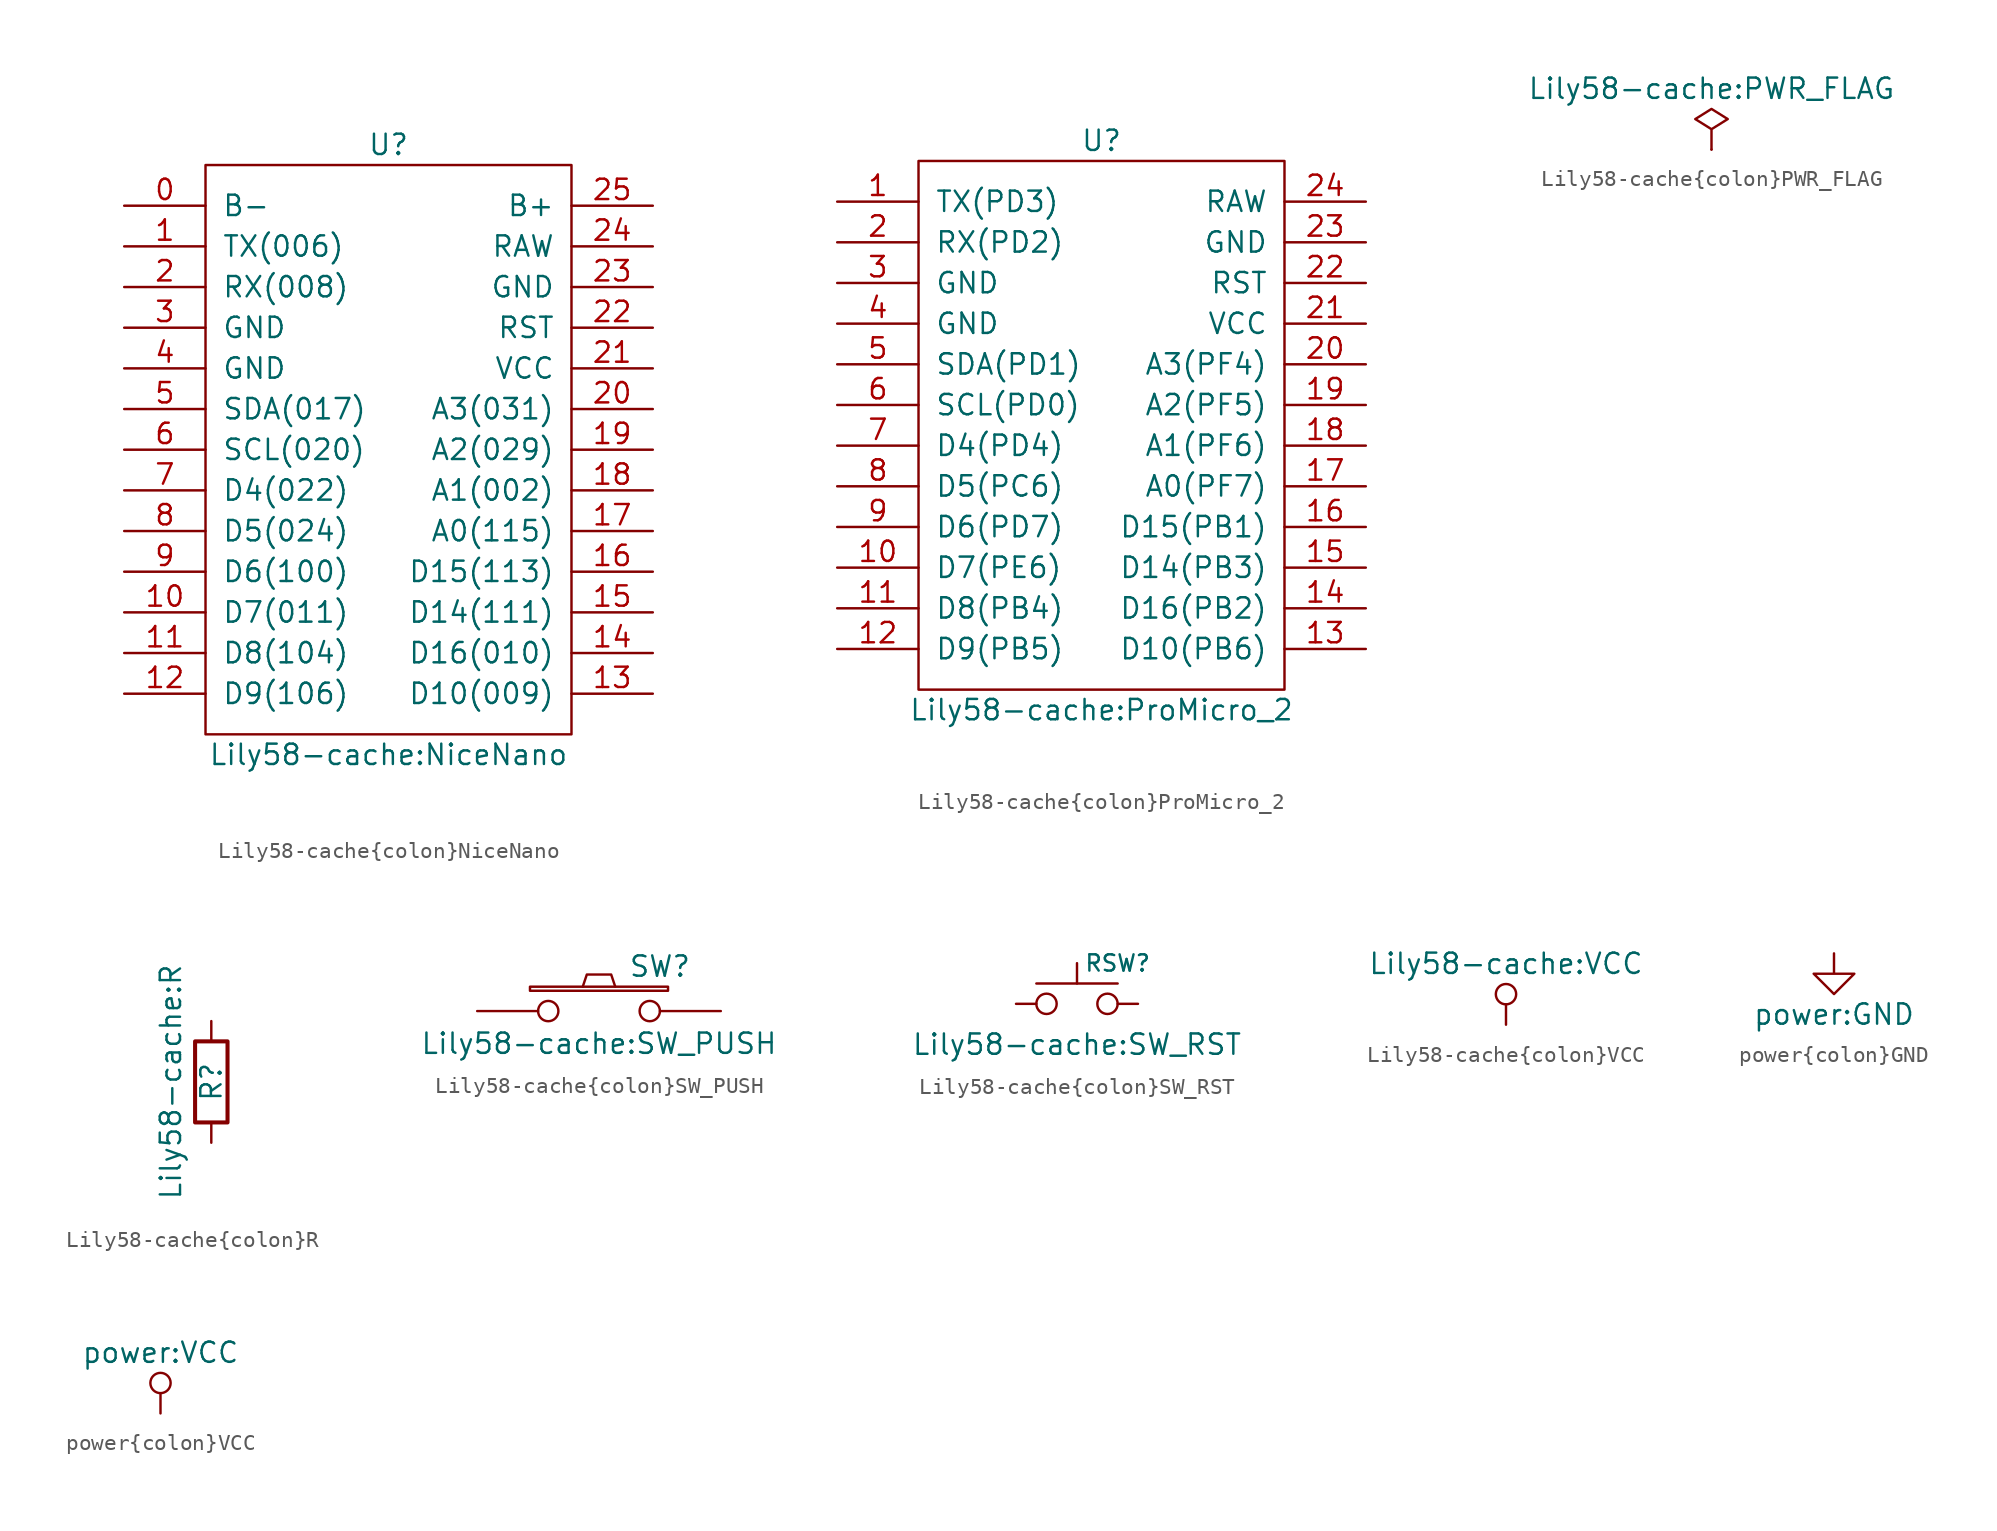
<source format=kicad_sym>
(kicad_symbol_lib
  (version 20220914)
  (generator kicad_symbol_editor)
  (symbol "Lily58-cache{colon}NiceNano"
    (pin_names
      (offset 1.016))
    (property "Reference" "U"
      (at 0 20.32 0)
      (effects (font (size 1.27 1.27))))
    (property "Value" "Lily58-cache:NiceNano"
      (at 0 -17.78 0)
      (effects (font (size 1.27 1.27))))
    (symbol "Lily58-cache{colon}NiceNano_0_1"
      (rectangle (start -11.43 19.05) (end 11.43 -16.51) (stroke (width 0) (type solid)) (fill (type none))))
    (symbol "Lily58-cache{colon}NiceNano_1_1"
      (pin input line (at -16.51 16.51 0) (length 5.08) (name "B-" (effects (font (size 1.27 1.27)))) (number "0" (effects (font (size 1.27 1.27)))))
      (pin input line (at -16.51 13.97 0) (length 5.08) (name "TX(006)" (effects (font (size 1.27 1.27)))) (number "1" (effects (font (size 1.27 1.27)))))
      (pin input line (at -16.51 -8.89 0) (length 5.08) (name "D7(011)" (effects (font (size 1.27 1.27)))) (number "10" (effects (font (size 1.27 1.27)))))
      (pin input line (at -16.51 -11.43 0) (length 5.08) (name "D8(104)" (effects (font (size 1.27 1.27)))) (number "11" (effects (font (size 1.27 1.27)))))
      (pin input line (at -16.51 -13.97 0) (length 5.08) (name "D9(106)" (effects (font (size 1.27 1.27)))) (number "12" (effects (font (size 1.27 1.27)))))
      (pin input line (at 16.51 -13.97 180) (length 5.08) (name "D10(009)" (effects (font (size 1.27 1.27)))) (number "13" (effects (font (size 1.27 1.27)))))
      (pin input line (at 16.51 -11.43 180) (length 5.08) (name "D16(010)" (effects (font (size 1.27 1.27)))) (number "14" (effects (font (size 1.27 1.27)))))
      (pin input line (at 16.51 -8.89 180) (length 5.08) (name "D14(111)" (effects (font (size 1.27 1.27)))) (number "15" (effects (font (size 1.27 1.27)))))
      (pin input line (at 16.51 -6.35 180) (length 5.08) (name "D15(113)" (effects (font (size 1.27 1.27)))) (number "16" (effects (font (size 1.27 1.27)))))
      (pin input line (at 16.51 -3.81 180) (length 5.08) (name "A0(115)" (effects (font (size 1.27 1.27)))) (number "17" (effects (font (size 1.27 1.27)))))
      (pin input line (at 16.51 -1.27 180) (length 5.08) (name "A1(002)" (effects (font (size 1.27 1.27)))) (number "18" (effects (font (size 1.27 1.27)))))
      (pin input line (at 16.51 1.27 180) (length 5.08) (name "A2(029)" (effects (font (size 1.27 1.27)))) (number "19" (effects (font (size 1.27 1.27)))))
      (pin input line (at -16.51 11.43 0) (length 5.08) (name "RX(008)" (effects (font (size 1.27 1.27)))) (number "2" (effects (font (size 1.27 1.27)))))
      (pin input line (at 16.51 3.81 180) (length 5.08) (name "A3(031)" (effects (font (size 1.27 1.27)))) (number "20" (effects (font (size 1.27 1.27)))))
      (pin input line (at 16.51 6.35 180) (length 5.08) (name "VCC" (effects (font (size 1.27 1.27)))) (number "21" (effects (font (size 1.27 1.27)))))
      (pin input line (at 16.51 8.89 180) (length 5.08) (name "RST" (effects (font (size 1.27 1.27)))) (number "22" (effects (font (size 1.27 1.27)))))
      (pin input line (at 16.51 11.43 180) (length 5.08) (name "GND" (effects (font (size 1.27 1.27)))) (number "23" (effects (font (size 1.27 1.27)))))
      (pin input line (at 16.51 13.97 180) (length 5.08) (name "RAW" (effects (font (size 1.27 1.27)))) (number "24" (effects (font (size 1.27 1.27)))))
      (pin input line (at 16.51 16.51 180) (length 5.08) (name "B+" (effects (font (size 1.27 1.27)))) (number "25" (effects (font (size 1.27 1.27)))))
      (pin input line (at -16.51 8.89 0) (length 5.08) (name "GND" (effects (font (size 1.27 1.27)))) (number "3" (effects (font (size 1.27 1.27)))))
      (pin input line (at -16.51 6.35 0) (length 5.08) (name "GND" (effects (font (size 1.27 1.27)))) (number "4" (effects (font (size 1.27 1.27)))))
      (pin input line (at -16.51 3.81 0) (length 5.08) (name "SDA(017)" (effects (font (size 1.27 1.27)))) (number "5" (effects (font (size 1.27 1.27)))))
      (pin input line (at -16.51 1.27 0) (length 5.08) (name "SCL(020)" (effects (font (size 1.27 1.27)))) (number "6" (effects (font (size 1.27 1.27)))))
      (pin input line (at -16.51 -1.27 0) (length 5.08) (name "D4(022)" (effects (font (size 1.27 1.27)))) (number "7" (effects (font (size 1.27 1.27)))))
      (pin input line (at -16.51 -3.81 0) (length 5.08) (name "D5(024)" (effects (font (size 1.27 1.27)))) (number "8" (effects (font (size 1.27 1.27)))))
      (pin input line (at -16.51 -6.35 0) (length 5.08) (name "D6(100)" (effects (font (size 1.27 1.27)))) (number "9" (effects (font (size 1.27 1.27)))))))
  (symbol "Lily58-cache{colon}ProMicro_2"
    (pin_names
      (offset 1.016))
    (property "Reference" "U"
      (at 0 17.78 0)
      (effects (font (size 1.27 1.27))))
    (property "Value" "Lily58-cache:ProMicro_2"
      (at 0 -17.78 0)
      (effects (font (size 1.27 1.27))))
    (symbol "Lily58-cache{colon}ProMicro_2_0_1"
      (rectangle (start -11.43 16.51) (end 11.43 -16.51) (stroke (width 0) (type solid)) (fill (type none))))
    (symbol "Lily58-cache{colon}ProMicro_2_1_1"
      (pin input line (at -16.51 13.97 0) (length 5.08) (name "TX(PD3)" (effects (font (size 1.27 1.27)))) (number "1" (effects (font (size 1.27 1.27)))))
      (pin input line (at -16.51 -8.89 0) (length 5.08) (name "D7(PE6)" (effects (font (size 1.27 1.27)))) (number "10" (effects (font (size 1.27 1.27)))))
      (pin input line (at -16.51 -11.43 0) (length 5.08) (name "D8(PB4)" (effects (font (size 1.27 1.27)))) (number "11" (effects (font (size 1.27 1.27)))))
      (pin input line (at -16.51 -13.97 0) (length 5.08) (name "D9(PB5)" (effects (font (size 1.27 1.27)))) (number "12" (effects (font (size 1.27 1.27)))))
      (pin input line (at 16.51 -13.97 180) (length 5.08) (name "D10(PB6)" (effects (font (size 1.27 1.27)))) (number "13" (effects (font (size 1.27 1.27)))))
      (pin input line (at 16.51 -11.43 180) (length 5.08) (name "D16(PB2)" (effects (font (size 1.27 1.27)))) (number "14" (effects (font (size 1.27 1.27)))))
      (pin input line (at 16.51 -8.89 180) (length 5.08) (name "D14(PB3)" (effects (font (size 1.27 1.27)))) (number "15" (effects (font (size 1.27 1.27)))))
      (pin input line (at 16.51 -6.35 180) (length 5.08) (name "D15(PB1)" (effects (font (size 1.27 1.27)))) (number "16" (effects (font (size 1.27 1.27)))))
      (pin input line (at 16.51 -3.81 180) (length 5.08) (name "A0(PF7)" (effects (font (size 1.27 1.27)))) (number "17" (effects (font (size 1.27 1.27)))))
      (pin input line (at 16.51 -1.27 180) (length 5.08) (name "A1(PF6)" (effects (font (size 1.27 1.27)))) (number "18" (effects (font (size 1.27 1.27)))))
      (pin input line (at 16.51 1.27 180) (length 5.08) (name "A2(PF5)" (effects (font (size 1.27 1.27)))) (number "19" (effects (font (size 1.27 1.27)))))
      (pin input line (at -16.51 11.43 0) (length 5.08) (name "RX(PD2)" (effects (font (size 1.27 1.27)))) (number "2" (effects (font (size 1.27 1.27)))))
      (pin input line (at 16.51 3.81 180) (length 5.08) (name "A3(PF4)" (effects (font (size 1.27 1.27)))) (number "20" (effects (font (size 1.27 1.27)))))
      (pin input line (at 16.51 6.35 180) (length 5.08) (name "VCC" (effects (font (size 1.27 1.27)))) (number "21" (effects (font (size 1.27 1.27)))))
      (pin input line (at 16.51 8.89 180) (length 5.08) (name "RST" (effects (font (size 1.27 1.27)))) (number "22" (effects (font (size 1.27 1.27)))))
      (pin input line (at 16.51 11.43 180) (length 5.08) (name "GND" (effects (font (size 1.27 1.27)))) (number "23" (effects (font (size 1.27 1.27)))))
      (pin input line (at 16.51 13.97 180) (length 5.08) (name "RAW" (effects (font (size 1.27 1.27)))) (number "24" (effects (font (size 1.27 1.27)))))
      (pin input line (at -16.51 8.89 0) (length 5.08) (name "GND" (effects (font (size 1.27 1.27)))) (number "3" (effects (font (size 1.27 1.27)))))
      (pin input line (at -16.51 6.35 0) (length 5.08) (name "GND" (effects (font (size 1.27 1.27)))) (number "4" (effects (font (size 1.27 1.27)))))
      (pin input line (at -16.51 3.81 0) (length 5.08) (name "SDA(PD1)" (effects (font (size 1.27 1.27)))) (number "5" (effects (font (size 1.27 1.27)))))
      (pin input line (at -16.51 1.27 0) (length 5.08) (name "SCL(PD0)" (effects (font (size 1.27 1.27)))) (number "6" (effects (font (size 1.27 1.27)))))
      (pin input line (at -16.51 -1.27 0) (length 5.08) (name "D4(PD4)" (effects (font (size 1.27 1.27)))) (number "7" (effects (font (size 1.27 1.27)))))
      (pin input line (at -16.51 -3.81 0) (length 5.08) (name "D5(PC6)" (effects (font (size 1.27 1.27)))) (number "8" (effects (font (size 1.27 1.27)))))
      (pin input line (at -16.51 -6.35 0) (length 5.08) (name "D6(PD7)" (effects (font (size 1.27 1.27)))) (number "9" (effects (font (size 1.27 1.27)))))))
  (symbol "Lily58-cache{colon}PWR_FLAG"
    (power)
    (pin_numbers hide)
    (pin_names
      (offset 0) hide)
    (property "Reference" "#FLG"
      (at 0 0 0)
      (effects (font (size 1.27 1.27)) hide))
    (property "Value" "Lily58-cache{colon}PWR_FLAG"
      (at 0 3.81 0)
      (effects (font (size 1.27 1.27))))
    (symbol "Lily58-cache{colon}PWR_FLAG_0_0"
      (pin power_out line (at 0 0 90) (length 0) (name "pwr" (effects (font (size 1.27 1.27)))) (number "1" (effects (font (size 1.27 1.27))))))
    (symbol "Lily58-cache{colon}PWR_FLAG_0_1"
      (polyline (pts (xy 0 0) (xy 0 1.27) (xy -1.016 1.905) (xy 0 2.54) (xy 1.016 1.905) (xy 0 1.27)) (stroke (width 0) (type solid)) (fill (type none)))))
  (symbol "Lily58-cache{colon}R"
    (pin_numbers hide)
    (pin_names
      (offset 0))
    (property "Reference" "R"
      (at 0 0 90)
      (effects (font (size 1.27 1.27))))
    (property "Value" "Lily58-cache:R"
      (at -2.54 0 90)
      (effects (font (size 1.27 1.27))))
    (symbol "Lily58-cache{colon}R_0_1"
      (rectangle (start -1.016 -2.54) (end 1.016 2.54) (stroke (width 0.254) (type solid)) (fill (type none))))
    (symbol "Lily58-cache{colon}R_1_1"
      (pin passive line (at 0 3.81 270) (length 1.27) (name "~" (effects (font (size 1.27 1.27)))) (number "1" (effects (font (size 1.27 1.27)))))
      (pin passive line (at 0 -3.81 90) (length 1.27) (name "~" (effects (font (size 1.27 1.27)))) (number "2" (effects (font (size 1.27 1.27)))))))
  (symbol "Lily58-cache{colon}SW_PUSH"
    (pin_numbers hide)
    (pin_names
      (offset 1.016) hide)
    (property "Reference" "SW"
      (at 3.81 2.794 0)
      (effects (font (size 1.27 1.27))))
    (property "Value" "Lily58-cache:SW_PUSH"
      (at 0 -2.032 0)
      (effects (font (size 1.27 1.27))))
    (property "Footprint" ""
      (at 0 0 0)
      (effects (font (size 1.27 1.27))))
    (property "Datasheet" ""
      (at 0 0 0)
      (effects (font (size 1.27 1.27))))
    (symbol "Lily58-cache{colon}SW_PUSH_0_1"
      (rectangle (start -4.318 1.27) (end 4.318 1.524) (stroke (width 0) (type solid)) (fill (type none)))
      (polyline (pts (xy -1.016 1.524) (xy -0.762 2.286) (xy 0.762 2.286) (xy 1.016 1.524)) (stroke (width 0) (type solid)) (fill (type none)))
      (pin passive inverted (at -7.62 0 0) (length 5.08) (name "1" (effects (font (size 1.27 1.27)))) (number "1" (effects (font (size 1.27 1.27)))))
      (pin passive inverted (at 7.62 0 180) (length 5.08) (name "2" (effects (font (size 1.27 1.27)))) (number "2" (effects (font (size 1.27 1.27)))))))
  (symbol "Lily58-cache{colon}SW_RST"
    (pin_numbers hide)
    (pin_names
      (offset 1.016) hide)
    (property "Reference" "RSW"
      (at 2.54 2.54 0)
      (effects (font (size 1.016 1.016))))
    (property "Value" "Lily58-cache:SW_RST"
      (at 0 -2.54 0)
      (effects (font (size 1.27 1.27))))
    (symbol "Lily58-cache{colon}SW_RST_0_1"
      (polyline (pts (xy -2.54 1.27) (xy 2.54 1.27)) (stroke (width 0) (type solid)) (fill (type none)))
      (polyline (pts (xy 0 2.54) (xy 0 1.27)) (stroke (width 0) (type solid)) (fill (type none)))
      (pin passive inverted (at -3.81 0 0) (length 2.54) (name "1" (effects (font (size 1.27 1.27)))) (number "1" (effects (font (size 1.27 1.27)))))
      (pin passive inverted (at 3.81 0 180) (length 2.54) (name "2" (effects (font (size 1.27 1.27)))) (number "2" (effects (font (size 1.27 1.27)))))))
  (symbol "Lily58-cache{colon}VCC"
    (power)
    (pin_names
      (offset 0))
    (property "Reference" "#PWR"
      (at 0 -3.81 0)
      (effects (font (size 1.27 1.27)) hide))
    (property "Value" "Lily58-cache{colon}VCC"
      (at 0 3.81 0)
      (effects (font (size 1.27 1.27))))
    (symbol "Lily58-cache{colon}VCC_0_1"
      (polyline (pts (xy 0 0) (xy 0 1.27)) (stroke (width 0) (type solid)) (fill (type none)))
      (circle (center 0 1.905) (radius 0.635) (stroke (width 0) (type solid)) (fill (type none))))
    (symbol "Lily58-cache{colon}VCC_1_1"
      (pin power_in line (at 0 0 90) (length 0) hide (name "VCC" (effects (font (size 1.27 1.27)))) (number "1" (effects (font (size 1.27 1.27)))))))
  (symbol "power{colon}GND"
    (power)
    (pin_names
      (offset 0))
    (property "Reference" "#PWR"
      (at 0 -6.35 0)
      (effects (font (size 1.27 1.27)) hide))
    (property "Value" "power{colon}GND"
      (at 0 -3.81 0)
      (effects (font (size 1.27 1.27))))
    (symbol "power{colon}GND_0_1"
      (polyline (pts (xy 0 0) (xy 0 -1.27) (xy 1.27 -1.27) (xy 0 -2.54) (xy -1.27 -1.27) (xy 0 -1.27)) (stroke (width 0) (type solid)) (fill (type none))))
    (symbol "power{colon}GND_1_1"
      (pin power_in line (at 0 0 270) (length 0) hide (name "GND" (effects (font (size 1.27 1.27)))) (number "1" (effects (font (size 1.27 1.27)))))))
  (symbol "power{colon}VCC"
    (power)
    (pin_names
      (offset 0))
    (property "Reference" "#PWR"
      (at 0 -3.81 0)
      (effects (font (size 1.27 1.27)) hide))
    (property "Value" "power{colon}VCC"
      (at 0 3.81 0)
      (effects (font (size 1.27 1.27))))
    (symbol "power{colon}VCC_0_1"
      (polyline (pts (xy 0 0) (xy 0 1.27)) (stroke (width 0) (type solid)) (fill (type none)))
      (circle (center 0 1.905) (radius 0.635) (stroke (width 0) (type solid)) (fill (type none))))
    (symbol "power{colon}VCC_1_1"
      (pin power_in line (at 0 0 90) (length 0) hide (name "VCC" (effects (font (size 1.27 1.27)))) (number "1" (effects (font (size 1.27 1.27))))))))
</source>
